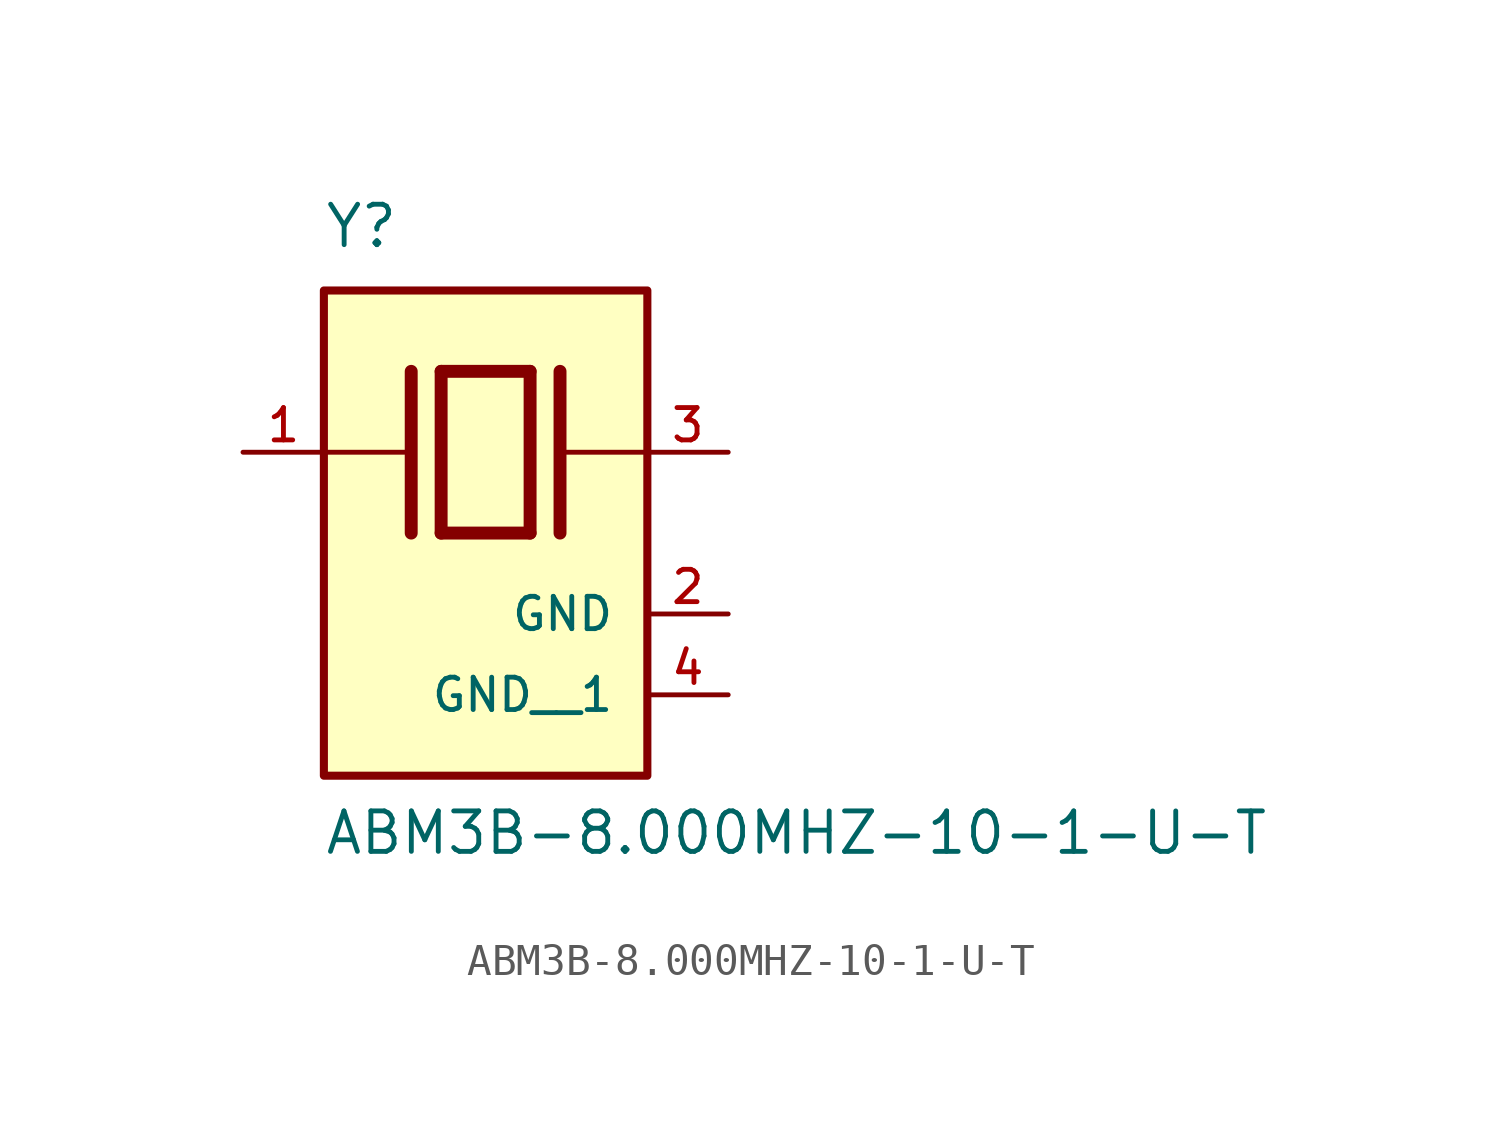
<source format=kicad_sym>
(kicad_symbol_lib
  (version 20211014)
  (generator kicad_symbol_editor)
  (symbol "ABM3B-8.000MHZ-10-1-U-T"
    (pin_names
      (offset 1.016))
    (property "Reference" "Y"
      (at -5.088 6.356 0)
      (effects (font (size 1.27 1.27)) (justify bottom left)))
    (property "Value" "ABM3B-8.000MHZ-10-1-U-T"
      (at -5.094 -12.7 0)
      (effects (font (size 1.27 1.27)) (justify bottom left)))
    (symbol "ABM3B-8.000MHZ-10-1-U-T_0_0"
      (polyline (pts (xy -1.397 2.54) (xy 1.397 2.54)) (stroke (width 0.406)))
      (polyline (pts (xy 1.397 2.54) (xy 1.397 -2.54)) (stroke (width 0.406)))
      (polyline (pts (xy 1.397 -2.54) (xy -1.397 -2.54)) (stroke (width 0.406)))
      (polyline (pts (xy -1.397 2.54) (xy -1.397 -2.54)) (stroke (width 0.406)))
      (polyline (pts (xy 2.337 2.54) (xy 2.337 -2.54)) (stroke (width 0.406)))
      (polyline (pts (xy -2.337 2.54) (xy -2.337 -2.54)) (stroke (width 0.406)))
      (polyline (pts (xy -5.08 0.0) (xy -2.54 0.0)) (stroke (width 0.152)))
      (polyline (pts (xy 2.54 0.0) (xy 5.08 0.0)) (stroke (width 0.152)))
      (rectangle (start -5.08 -10.16) (end 5.08 5.08) (stroke (width 0.254)) (fill (type background)))
      (pin passive line (at 7.62 0.0 180.0) (length 2.54) (name "~" (effects (font (size 1.016 1.016)))) (number "3" (effects (font (size 1.016 1.016)))))
      (pin passive line (at -7.62 0.0 0) (length 2.54) (name "~" (effects (font (size 1.016 1.016)))) (number "1" (effects (font (size 1.016 1.016)))))
      (pin power_in line (at 7.62 -5.08 180.0) (length 2.54) (name "GND" (effects (font (size 1.016 1.016)))) (number "2" (effects (font (size 1.016 1.016)))))
      (pin power_in line (at 7.62 -7.62 180.0) (length 2.54) (name "GND__1" (effects (font (size 1.016 1.016)))) (number "4" (effects (font (size 1.016 1.016))))))))
</source>
